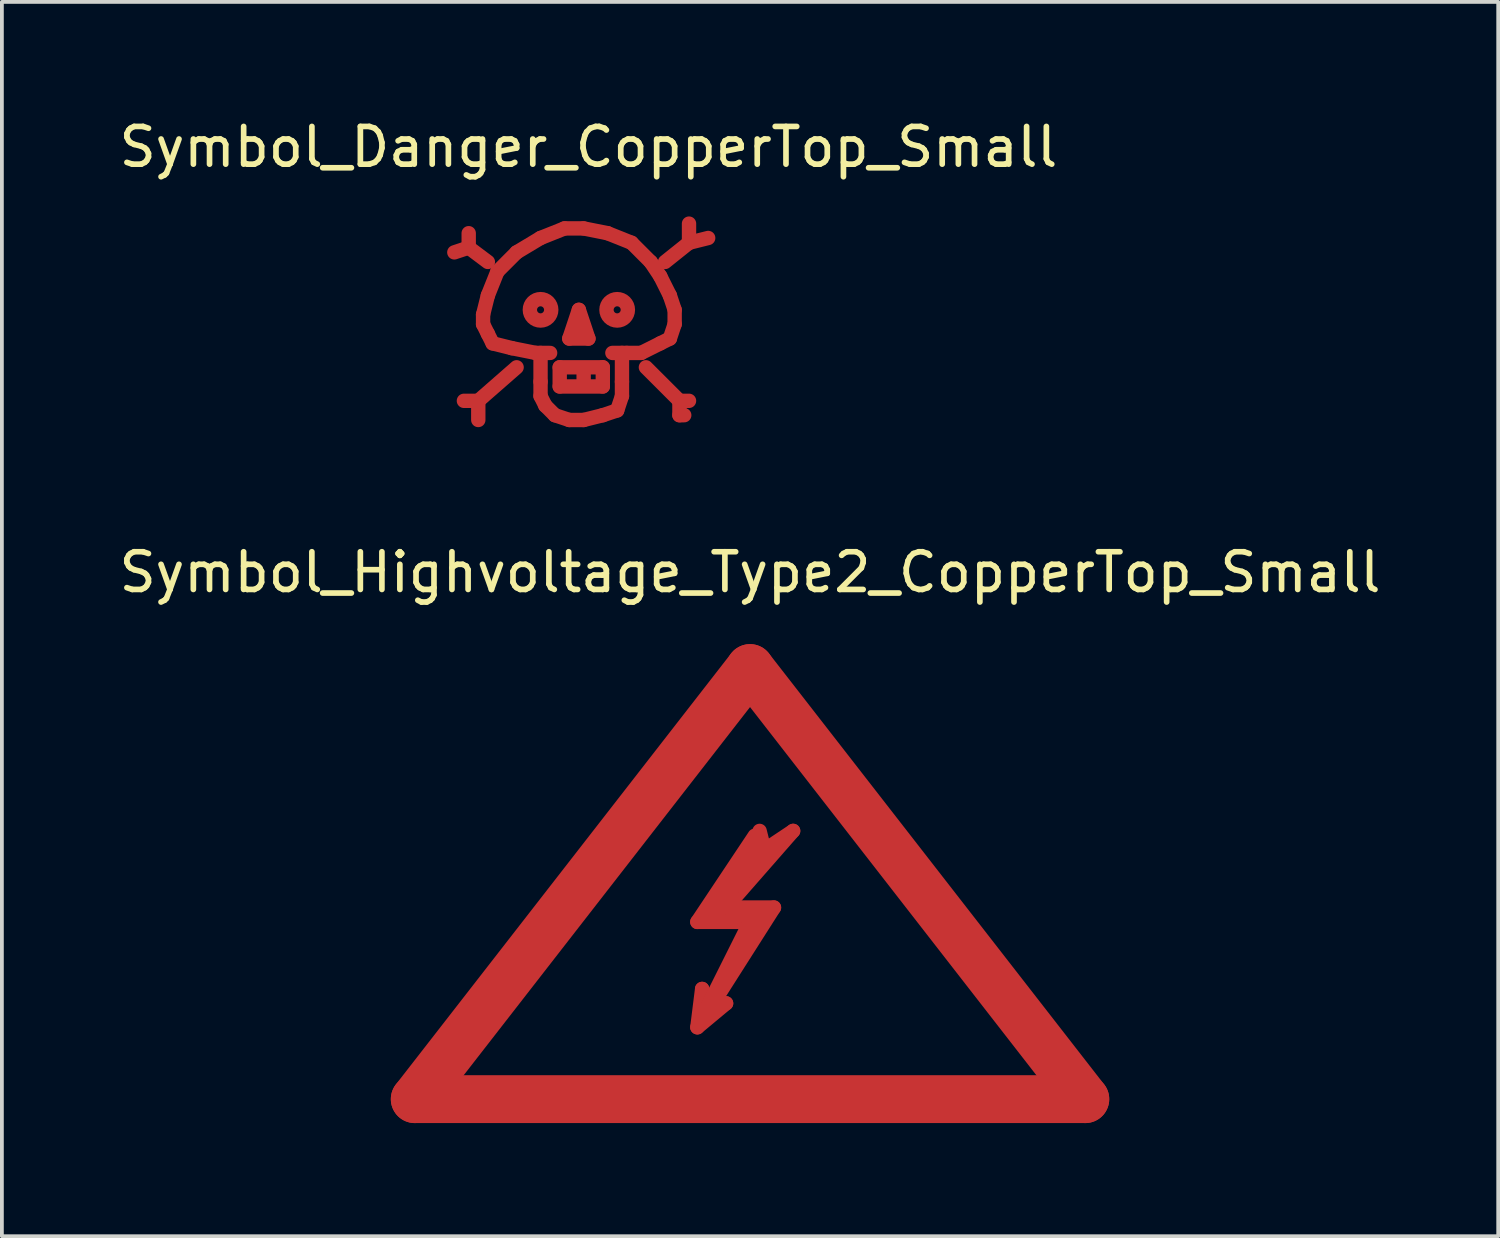
<source format=kicad_pcb>
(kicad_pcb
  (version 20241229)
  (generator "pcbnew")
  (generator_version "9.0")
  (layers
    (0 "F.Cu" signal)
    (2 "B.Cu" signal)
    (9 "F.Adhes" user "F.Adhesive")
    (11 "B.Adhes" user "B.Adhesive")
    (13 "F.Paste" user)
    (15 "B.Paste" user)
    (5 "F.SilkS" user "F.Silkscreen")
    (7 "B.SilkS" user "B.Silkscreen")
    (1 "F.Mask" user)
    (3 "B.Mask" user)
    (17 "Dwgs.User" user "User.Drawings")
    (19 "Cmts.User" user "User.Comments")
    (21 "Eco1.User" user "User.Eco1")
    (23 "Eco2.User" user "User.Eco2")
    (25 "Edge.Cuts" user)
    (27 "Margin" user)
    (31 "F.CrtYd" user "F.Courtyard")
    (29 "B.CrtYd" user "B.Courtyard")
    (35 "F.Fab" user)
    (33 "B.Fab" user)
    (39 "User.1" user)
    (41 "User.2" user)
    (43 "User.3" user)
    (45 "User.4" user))
  (footprint "Symbol_Danger_CopperTop_Small"
    (layer "F.Cu")
    (at 12.3 5.547)
    (property "Reference" "Symbol_Danger_CopperTop_Small" (at 0.254 -4.699 0) (layer "F.SilkS") (effects (font (size 1 1) (thickness 0.15))))
    (attr through_hole)
    (fp_line (start -2.921 -2.032) (end -3.302 -1.905) (stroke (width 0.381) (type solid)) (layer "F.Cu"))
    (fp_line (start -2.921 -2.032) (end -2.921 -2.413) (stroke (width 0.381) (type solid)) (layer "F.Cu"))
    (fp_line (start -2.667 2.032) (end -3.048 2.032) (stroke (width 0.381) (type solid)) (layer "F.Cu"))
    (fp_line (start -2.667 2.032) (end -2.667 2.54) (stroke (width 0.381) (type solid)) (layer "F.Cu"))
    (fp_line (start -2.54 -0.254) (end -2.413 -0.762) (stroke (width 0.381) (type solid)) (layer "F.Cu"))
    (fp_line (start -2.54 0) (end -2.54 -0.254) (stroke (width 0.381) (type solid)) (layer "F.Cu"))
    (fp_line (start -2.54 0) (end -2.413 0.254) (stroke (width 0.381) (type solid)) (layer "F.Cu"))
    (fp_line (start -2.413 -1.651) (end -2.921 -2.032) (stroke (width 0.381) (type solid)) (layer "F.Cu"))
    (fp_line (start -2.413 -0.762) (end -2.159 -1.397) (stroke (width 0.381) (type solid)) (layer "F.Cu"))
    (fp_line (start -2.413 0.254) (end -2.286 0.508) (stroke (width 0.381) (type solid)) (layer "F.Cu"))
    (fp_line (start -2.286 0.508) (end -1.778 0.635) (stroke (width 0.381) (type solid)) (layer "F.Cu"))
    (fp_line (start -2.159 -1.397) (end -1.651 -1.905) (stroke (width 0.381) (type solid)) (layer "F.Cu"))
    (fp_line (start -1.778 0.635) (end -1.143 0.762) (stroke (width 0.381) (type solid)) (layer "F.Cu"))
    (fp_line (start -1.651 -1.905) (end -1.016 -2.286) (stroke (width 0.381) (type solid)) (layer "F.Cu"))
    (fp_line (start -1.651 1.143) (end -2.667 2.032) (stroke (width 0.381) (type solid)) (layer "F.Cu"))
    (fp_line (start -1.143 0.762) (end -0.762 0.762) (stroke (width 0.381) (type solid)) (layer "F.Cu"))
    (fp_line (start -1.016 -2.286) (end -0.381 -2.54) (stroke (width 0.381) (type solid)) (layer "F.Cu"))
    (fp_line (start -1.016 1.524) (end -1.016 0.762) (stroke (width 0.381) (type solid)) (layer "F.Cu"))
    (fp_line (start -1.016 1.905) (end -1.016 1.524) (stroke (width 0.381) (type solid)) (layer "F.Cu"))
    (fp_line (start -1.016 1.905) (end -0.889 2.159) (stroke (width 0.381) (type solid)) (layer "F.Cu"))
    (fp_line (start -0.889 2.159) (end -0.635 2.413) (stroke (width 0.381) (type solid)) (layer "F.Cu"))
    (fp_line (start -0.635 2.413) (end -0.254 2.54) (stroke (width 0.381) (type solid)) (layer "F.Cu"))
    (fp_line (start -0.508 1.143) (end 0.635 1.143) (stroke (width 0.381) (type solid)) (layer "F.Cu"))
    (fp_line (start -0.508 1.651) (end -0.508 1.143) (stroke (width 0.381) (type solid)) (layer "F.Cu"))
    (fp_line (start -0.381 -2.54) (end 0.127 -2.54) (stroke (width 0.381) (type solid)) (layer "F.Cu"))
    (fp_line (start -0.254 0.381) (end 0 -0.381) (stroke (width 0.381) (type solid)) (layer "F.Cu"))
    (fp_line (start 0 -0.381) (end 0.254 0.381) (stroke (width 0.381) (type solid)) (layer "F.Cu"))
    (fp_line (start 0.127 -2.54) (end 0.762 -2.413) (stroke (width 0.381) (type solid)) (layer "F.Cu"))
    (fp_line (start 0.127 1.27) (end 0.127 1.524) (stroke (width 0.381) (type solid)) (layer "F.Cu"))
    (fp_line (start 0.127 2.54) (end -0.254 2.54) (stroke (width 0.381) (type solid)) (layer "F.Cu"))
    (fp_line (start 0.254 0.381) (end -0.254 0.381) (stroke (width 0.381) (type solid)) (layer "F.Cu"))
    (fp_line (start 0.635 1.143) (end 0.635 1.651) (stroke (width 0.381) (type solid)) (layer "F.Cu"))
    (fp_line (start 0.635 1.651) (end -0.508 1.651) (stroke (width 0.381) (type solid)) (layer "F.Cu"))
    (fp_line (start 0.635 2.413) (end 0.127 2.54) (stroke (width 0.381) (type solid)) (layer "F.Cu"))
    (fp_line (start 0.762 -2.413) (end 1.397 -2.159) (stroke (width 0.381) (type solid)) (layer "F.Cu"))
    (fp_line (start 1.016 2.286) (end 0.635 2.413) (stroke (width 0.381) (type solid)) (layer "F.Cu"))
    (fp_line (start 1.143 0.762) (end 1.143 1.524) (stroke (width 0.381) (type solid)) (layer "F.Cu"))
    (fp_line (start 1.143 1.524) (end 1.143 1.905) (stroke (width 0.381) (type solid)) (layer "F.Cu"))
    (fp_line (start 1.143 1.905) (end 1.016 2.286) (stroke (width 0.381) (type solid)) (layer "F.Cu"))
    (fp_line (start 1.27 0.762) (end 0.889 0.762) (stroke (width 0.381) (type solid)) (layer "F.Cu"))
    (fp_line (start 1.397 -2.159) (end 1.905 -1.651) (stroke (width 0.381) (type solid)) (layer "F.Cu"))
    (fp_line (start 1.651 0.762) (end 1.27 0.762) (stroke (width 0.381) (type solid)) (layer "F.Cu"))
    (fp_line (start 1.778 1.143) (end 2.667 2.032) (stroke (width 0.381) (type solid)) (layer "F.Cu"))
    (fp_line (start 1.905 -1.651) (end 2.159 -1.27) (stroke (width 0.381) (type solid)) (layer "F.Cu"))
    (fp_line (start 2.159 -1.27) (end 2.413 -0.762) (stroke (width 0.381) (type solid)) (layer "F.Cu"))
    (fp_line (start 2.159 0.508) (end 1.651 0.762) (stroke (width 0.381) (type solid)) (layer "F.Cu"))
    (fp_line (start 2.286 -1.651) (end 2.921 -2.159) (stroke (width 0.381) (type solid)) (layer "F.Cu"))
    (fp_line (start 2.413 -0.762) (end 2.54 -0.381) (stroke (width 0.381) (type solid)) (layer "F.Cu"))
    (fp_line (start 2.413 0.381) (end 2.159 0.508) (stroke (width 0.381) (type solid)) (layer "F.Cu"))
    (fp_line (start 2.54 -0.381) (end 2.54 0) (stroke (width 0.381) (type solid)) (layer "F.Cu"))
    (fp_line (start 2.54 0) (end 2.413 0.381) (stroke (width 0.381) (type solid)) (layer "F.Cu"))
    (fp_line (start 2.667 2.032) (end 2.667 2.413) (stroke (width 0.381) (type solid)) (layer "F.Cu"))
    (fp_line (start 2.667 2.032) (end 2.921 2.032) (stroke (width 0.381) (type solid)) (layer "F.Cu"))
    (fp_line (start 2.667 2.413) (end 2.794 2.413) (stroke (width 0.381) (type solid)) (layer "F.Cu"))
    (fp_line (start 2.921 -2.159) (end 2.921 -2.667) (stroke (width 0.381) (type solid)) (layer "F.Cu"))
    (fp_line (start 2.921 -2.159) (end 3.429 -2.286) (stroke (width 0.381) (type solid)) (layer "F.Cu"))
    (fp_circle (center -1.016 -0.381) (end -1.27 -0.254) (stroke (width 0.381) (type solid)) (fill no) (layer "F.Cu"))
    (fp_circle (center 1.016 -0.381) (end 1.27 -0.254) (stroke (width 0.381) (type solid)) (fill no) (layer "F.Cu")))
  (footprint "Symbol_Highvoltage_Type2_CopperTop_Small"
    (layer "F.Cu")
    (at 16.839 22.286)
    (property "Reference" "Symbol_Highvoltage_Type2_CopperTop_Small" (at 0 -10.16 0) (layer "F.SilkS") (effects (font (size 1 1) (thickness 0.15))))
    (attr through_hole)
    (fp_line (start -8.89 3.81) (end 0 -7.62) (stroke (width 1.27) (type solid)) (layer "F.Cu"))
    (fp_line (start -1.397 -0.889) (end 0 -0.889) (stroke (width 0.381) (type solid)) (layer "F.Cu"))
    (fp_line (start -1.397 1.905) (end -0.635 1.27) (stroke (width 0.381) (type solid)) (layer "F.Cu"))
    (fp_line (start -1.27 0.889) (end -1.397 1.905) (stroke (width 0.381) (type solid)) (layer "F.Cu"))
    (fp_line (start -1.143 1.397) (end -1.27 0.889) (stroke (width 0.381) (type solid)) (layer "F.Cu"))
    (fp_line (start -1.143 1.524) (end 0.635 -1.27) (stroke (width 0.381) (type solid)) (layer "F.Cu"))
    (fp_line (start -1.016 -1.016) (end 0.254 -1.016) (stroke (width 0.381) (type solid)) (layer "F.Cu"))
    (fp_line (start -0.635 -1.27) (end 1.143 -3.302) (stroke (width 0.381) (type solid)) (layer "F.Cu"))
    (fp_line (start -0.635 1.27) (end -1.143 1.524) (stroke (width 0.381) (type solid)) (layer "F.Cu"))
    (fp_line (start 0 -7.62) (end 8.89 3.81) (stroke (width 1.27) (type solid)) (layer "F.Cu"))
    (fp_line (start 0 -0.889) (end -1.143 1.397) (stroke (width 0.381) (type solid)) (layer "F.Cu"))
    (fp_line (start 0.127 -3.175) (end -1.397 -0.889) (stroke (width 0.381) (type solid)) (layer "F.Cu"))
    (fp_line (start 0.381 -2.921) (end -1.016 -1.016) (stroke (width 0.381) (type solid)) (layer "F.Cu"))
    (fp_line (start 0.381 -2.794) (end 0.254 -3.302) (stroke (width 0.381) (type solid)) (layer "F.Cu"))
    (fp_line (start 0.635 -1.27) (end -0.635 -1.27) (stroke (width 0.381) (type solid)) (layer "F.Cu"))
    (fp_line (start 1.143 -3.302) (end 0.381 -2.794) (stroke (width 0.381) (type solid)) (layer "F.Cu"))
    (fp_line (start 8.89 3.81) (end -8.89 3.81) (stroke (width 1.27) (type solid)) (layer "F.Cu")))
  (gr_rect
    (start -3 -3)
    (end 36.679 29.731)
    (stroke (width 0.1) (type default))
    (fill no)
    (layer "Edge.Cuts")))
</source>
